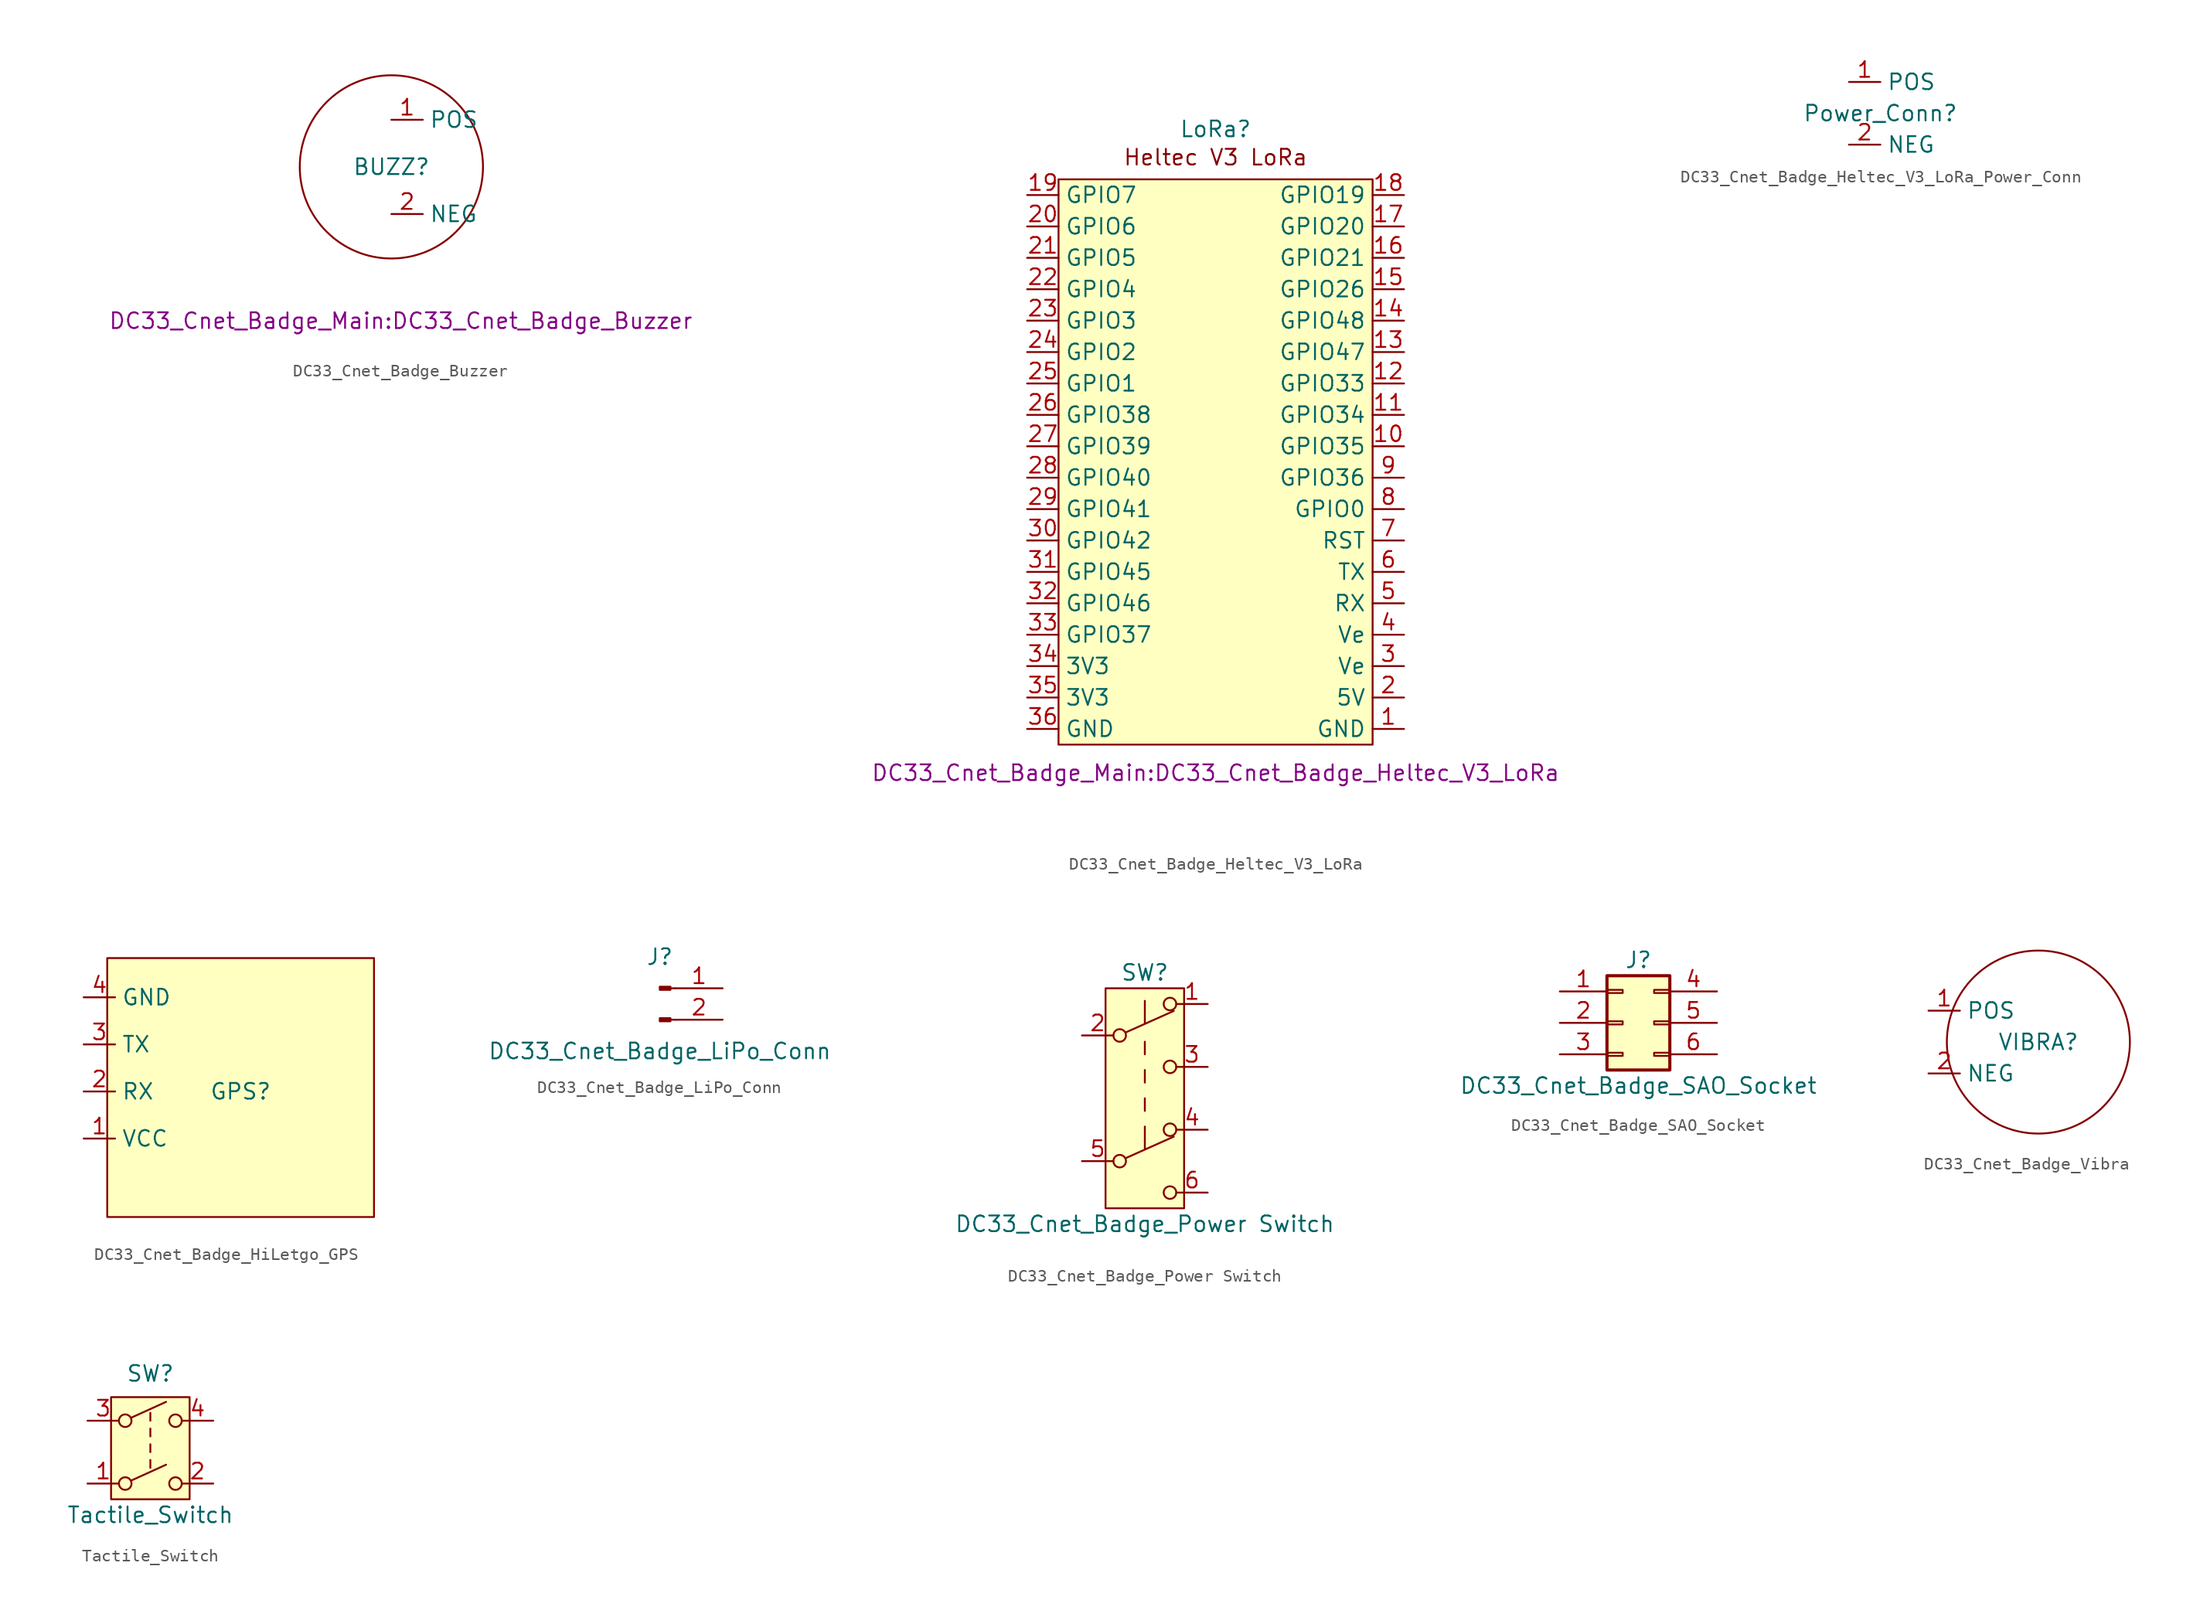
<source format=kicad_sym>
(kicad_symbol_lib
  (version 20241209)
  (generator "kicad_symbol_editor")
  (generator_version "9.0")
  (symbol "DC33_Cnet_Badge_Buzzer"
    (property "Reference" "BUZZ"
      (at 0 0 0)
      (effects (font (size 1.27 1.27))))
    (property "Value" ""
      (at 0 0 0)
      (effects (font (size 1.27 1.27))))
    (property "Footprint" "DC33_Cnet_Badge_Main:DC33_Cnet_Badge_Buzzer"
      (at 0.762 -12.446 0)
      (effects (font (size 1.27 1.27))))
    (symbol "DC33_Cnet_Badge_Buzzer_0_1"
      (circle (center 0 0) (radius 7.405) (stroke (width 0) (type default)) (fill (type none))))
    (symbol "DC33_Cnet_Badge_Buzzer_1_1"
      (pin input line (at 0 3.81 0) (length 2.54) (name "POS" (effects (font (size 1.27 1.27)))) (number "1" (effects (font (size 1.27 1.27)))))
      (pin input line (at 0 -3.81 0) (length 2.54) (name "NEG" (effects (font (size 1.27 1.27)))) (number "2" (effects (font (size 1.27 1.27)))))))
  (symbol "DC33_Cnet_Badge_Heltec_V3_LoRa"
    (property "Reference" "LoRa"
      (at 0 26.924 0)
      (effects (font (size 1.27 1.27))))
    (property "Value" ""
      (at 0 0 0)
      (effects (font (size 1.27 1.27))))
    (property "Footprint" "DC33_Cnet_Badge_Main:DC33_Cnet_Badge_Heltec_V3_LoRa"
      (at 0 -25.146 0)
      (effects (font (size 1.27 1.27))))
    (symbol "DC33_Cnet_Badge_Heltec_V3_LoRa_1_1"
      (rectangle (start -12.7 22.86) (end 12.7 -22.86) (stroke (width 0) (type default)) (fill (type background)))
      (text "Heltec V3 LoRa" (at 0 24.638 0) (effects (font (size 1.27 1.27))))
      (pin bidirectional line (at -15.24 21.59 0) (length 2.54) (name "GPIO7" (effects (font (size 1.27 1.27)))) (number "19" (effects (font (size 1.27 1.27)))))
      (pin bidirectional line (at -15.24 19.05 0) (length 2.54) (name "GPIO6" (effects (font (size 1.27 1.27)))) (number "20" (effects (font (size 1.27 1.27)))))
      (pin bidirectional line (at -15.24 16.51 0) (length 2.54) (name "GPIO5" (effects (font (size 1.27 1.27)))) (number "21" (effects (font (size 1.27 1.27)))))
      (pin bidirectional line (at -15.24 13.97 0) (length 2.54) (name "GPIO4" (effects (font (size 1.27 1.27)))) (number "22" (effects (font (size 1.27 1.27)))))
      (pin bidirectional line (at -15.24 11.43 0) (length 2.54) (name "GPIO3" (effects (font (size 1.27 1.27)))) (number "23" (effects (font (size 1.27 1.27)))))
      (pin bidirectional line (at -15.24 8.89 0) (length 2.54) (name "GPIO2" (effects (font (size 1.27 1.27)))) (number "24" (effects (font (size 1.27 1.27)))))
      (pin bidirectional line (at -15.24 6.35 0) (length 2.54) (name "GPIO1" (effects (font (size 1.27 1.27)))) (number "25" (effects (font (size 1.27 1.27)))))
      (pin bidirectional line (at -15.24 3.81 0) (length 2.54) (name "GPIO38" (effects (font (size 1.27 1.27)))) (number "26" (effects (font (size 1.27 1.27)))))
      (pin bidirectional line (at -15.24 1.27 0) (length 2.54) (name "GPIO39" (effects (font (size 1.27 1.27)))) (number "27" (effects (font (size 1.27 1.27)))))
      (pin bidirectional line (at -15.24 -1.27 0) (length 2.54) (name "GPIO40" (effects (font (size 1.27 1.27)))) (number "28" (effects (font (size 1.27 1.27)))))
      (pin bidirectional line (at -15.24 -3.81 0) (length 2.54) (name "GPIO41" (effects (font (size 1.27 1.27)))) (number "29" (effects (font (size 1.27 1.27)))))
      (pin bidirectional line (at -15.24 -6.35 0) (length 2.54) (name "GPIO42" (effects (font (size 1.27 1.27)))) (number "30" (effects (font (size 1.27 1.27)))))
      (pin bidirectional line (at -15.24 -8.89 0) (length 2.54) (name "GPIO45" (effects (font (size 1.27 1.27)))) (number "31" (effects (font (size 1.27 1.27)))))
      (pin bidirectional line (at -15.24 -11.43 0) (length 2.54) (name "GPIO46" (effects (font (size 1.27 1.27)))) (number "32" (effects (font (size 1.27 1.27)))))
      (pin bidirectional line (at -15.24 -13.97 0) (length 2.54) (name "GPIO37" (effects (font (size 1.27 1.27)))) (number "33" (effects (font (size 1.27 1.27)))))
      (pin power_in line (at -15.24 -16.51 0) (length 2.54) (name "3V3" (effects (font (size 1.27 1.27)))) (number "34" (effects (font (size 1.27 1.27)))))
      (pin power_in line (at -15.24 -19.05 0) (length 2.54) (name "3V3" (effects (font (size 1.27 1.27)))) (number "35" (effects (font (size 1.27 1.27)))))
      (pin power_in line (at -15.24 -21.59 0) (length 2.54) (name "GND" (effects (font (size 1.27 1.27)))) (number "36" (effects (font (size 1.27 1.27)))))
      (pin bidirectional line (at 15.24 21.59 180) (length 2.54) (name "GPIO19" (effects (font (size 1.27 1.27)))) (number "18" (effects (font (size 1.27 1.27)))))
      (pin bidirectional line (at 15.24 19.05 180) (length 2.54) (name "GPIO20" (effects (font (size 1.27 1.27)))) (number "17" (effects (font (size 1.27 1.27)))))
      (pin bidirectional line (at 15.24 16.51 180) (length 2.54) (name "GPIO21" (effects (font (size 1.27 1.27)))) (number "16" (effects (font (size 1.27 1.27)))))
      (pin bidirectional line (at 15.24 13.97 180) (length 2.54) (name "GPIO26" (effects (font (size 1.27 1.27)))) (number "15" (effects (font (size 1.27 1.27)))))
      (pin bidirectional line (at 15.24 11.43 180) (length 2.54) (name "GPIO48" (effects (font (size 1.27 1.27)))) (number "14" (effects (font (size 1.27 1.27)))))
      (pin bidirectional line (at 15.24 8.89 180) (length 2.54) (name "GPIO47" (effects (font (size 1.27 1.27)))) (number "13" (effects (font (size 1.27 1.27)))))
      (pin bidirectional line (at 15.24 6.35 180) (length 2.54) (name "GPIO33" (effects (font (size 1.27 1.27)))) (number "12" (effects (font (size 1.27 1.27)))))
      (pin bidirectional line (at 15.24 3.81 180) (length 2.54) (name "GPIO34" (effects (font (size 1.27 1.27)))) (number "11" (effects (font (size 1.27 1.27)))))
      (pin bidirectional line (at 15.24 1.27 180) (length 2.54) (name "GPIO35" (effects (font (size 1.27 1.27)))) (number "10" (effects (font (size 1.27 1.27)))))
      (pin bidirectional line (at 15.24 -1.27 180) (length 2.54) (name "GPIO36" (effects (font (size 1.27 1.27)))) (number "9" (effects (font (size 1.27 1.27)))))
      (pin bidirectional line (at 15.24 -3.81 180) (length 2.54) (name "GPIO0" (effects (font (size 1.27 1.27)))) (number "8" (effects (font (size 1.27 1.27)))))
      (pin input line (at 15.24 -6.35 180) (length 2.54) (name "RST" (effects (font (size 1.27 1.27)))) (number "7" (effects (font (size 1.27 1.27)))))
      (pin output line (at 15.24 -8.89 180) (length 2.54) (name "TX" (effects (font (size 1.27 1.27)))) (number "6" (effects (font (size 1.27 1.27)))))
      (pin input line (at 15.24 -11.43 180) (length 2.54) (name "RX" (effects (font (size 1.27 1.27)))) (number "5" (effects (font (size 1.27 1.27)))))
      (pin power_in line (at 15.24 -13.97 180) (length 2.54) (name "Ve" (effects (font (size 1.27 1.27)))) (number "4" (effects (font (size 1.27 1.27)))))
      (pin power_in line (at 15.24 -16.51 180) (length 2.54) (name "Ve" (effects (font (size 1.27 1.27)))) (number "3" (effects (font (size 1.27 1.27)))))
      (pin power_in line (at 15.24 -19.05 180) (length 2.54) (name "5V" (effects (font (size 1.27 1.27)))) (number "2" (effects (font (size 1.27 1.27)))))
      (pin power_in line (at 15.24 -21.59 180) (length 2.54) (name "GND" (effects (font (size 1.27 1.27)))) (number "1" (effects (font (size 1.27 1.27)))))))
  (symbol "DC33_Cnet_Badge_Heltec_V3_LoRa_Power_Conn"
    (property "Reference" "Power_Conn"
      (at 0 0 0)
      (effects (font (size 1.27 1.27))))
    (property "Value" ""
      (at 0 0 0)
      (effects (font (size 1.27 1.27))))
    (symbol "DC33_Cnet_Badge_Heltec_V3_LoRa_Power_Conn_1_1"
      (pin input line (at -2.54 2.54 0) (length 2.54) (name "POS" (effects (font (size 1.27 1.27)))) (number "1" (effects (font (size 1.27 1.27)))))
      (pin input line (at -2.54 -2.54 0) (length 2.54) (name "NEG" (effects (font (size 1.27 1.27)))) (number "2" (effects (font (size 1.27 1.27)))))))
  (symbol "DC33_Cnet_Badge_HiLetgo_GPS"
    (property "Reference" "GPS"
      (at 0 0 0)
      (effects (font (size 1.27 1.27))))
    (property "Value" ""
      (at 0 0 0)
      (effects (font (size 1.27 1.27))))
    (symbol "DC33_Cnet_Badge_HiLetgo_GPS_1_1"
      (rectangle (start -10.795 10.795) (end 10.795 -10.16) (stroke (width 0) (type default)) (fill (type background)))
      (pin power_in line (at -12.7 7.62 0) (length 2.54) (name "GND" (effects (font (size 1.27 1.27)))) (number "4" (effects (font (size 1.27 1.27)))))
      (pin output line (at -12.7 3.81 0) (length 2.54) (name "TX" (effects (font (size 1.27 1.27)))) (number "3" (effects (font (size 1.27 1.27)))))
      (pin input line (at -12.7 0 0) (length 2.54) (name "RX" (effects (font (size 1.27 1.27)))) (number "2" (effects (font (size 1.27 1.27)))))
      (pin power_in line (at -12.7 -3.81 0) (length 2.54) (name "VCC" (effects (font (size 1.27 1.27)))) (number "1" (effects (font (size 1.27 1.27)))))))
  (symbol "DC33_Cnet_Badge_LiPo_Conn"
    (pin_names
      (offset 1.016)
      (hide yes))
    (property "Reference" "J"
      (at 0 2.54 0)
      (effects (font (size 1.27 1.27))))
    (property "Value" "DC33_Cnet_Badge_LiPo_Conn"
      (at 0 -5.08 0)
      (effects (font (size 1.27 1.27))))
    (symbol "DC33_Cnet_Badge_LiPo_Conn_1_1"
      (rectangle (start 0.864 0.127) (end 0 -0.127) (stroke (width 0.152) (type default)) (fill (type outline)))
      (rectangle (start 0.864 -2.413) (end 0 -2.667) (stroke (width 0.152) (type default)) (fill (type outline)))
      (polyline (pts (xy 1.27 0) (xy 0.864 0)) (stroke (width 0.152) (type default)) (fill (type none)))
      (polyline (pts (xy 1.27 -2.54) (xy 0.864 -2.54)) (stroke (width 0.152) (type default)) (fill (type none)))
      (pin passive line (at 5.08 0 180) (length 3.81) (name "Pin_1" (effects (font (size 1.27 1.27)))) (number "1" (effects (font (size 1.27 1.27)))))
      (pin passive line (at 5.08 -2.54 180) (length 3.81) (name "Pin_2" (effects (font (size 1.27 1.27)))) (number "2" (effects (font (size 1.27 1.27)))))))
  (symbol "DC33_Cnet_Badge_Power Switch"
    (pin_names
      (offset 0)
      (hide yes))
    (property "Reference" "SW"
      (at 0 10.16 0)
      (effects (font (size 1.27 1.27))))
    (property "Value" "DC33_Cnet_Badge_Power Switch"
      (at 0 -10.16 0)
      (effects (font (size 1.27 1.27))))
    (symbol "DC33_Cnet_Badge_Power Switch_0_0"
      (circle (center -2.032 5.08) (radius 0.508) (stroke (width 0) (type default)) (fill (type none)))
      (circle (center -2.032 -5.08) (radius 0.508) (stroke (width 0) (type default)) (fill (type none)))
      (circle (center 2.032 2.54) (radius 0.508) (stroke (width 0) (type default)) (fill (type none)))
      (circle (center 2.032 -7.62) (radius 0.508) (stroke (width 0) (type default)) (fill (type none))))
    (symbol "DC33_Cnet_Badge_Power Switch_0_1"
      (polyline (pts (xy -1.524 5.334) (xy 2.337 7.061)) (stroke (width 0) (type default)) (fill (type none)))
      (polyline (pts (xy -1.524 -4.826) (xy 2.337 -3.099)) (stroke (width 0) (type default)) (fill (type none)))
      (polyline (pts (xy 0 7.874) (xy 0 6.096)) (stroke (width 0) (type default)) (fill (type none)))
      (polyline (pts (xy 0 3.556) (xy 0 4.572)) (stroke (width 0) (type default)) (fill (type none)))
      (polyline (pts (xy 0 1.27) (xy 0 2.286)) (stroke (width 0) (type default)) (fill (type none)))
      (polyline (pts (xy 0 -1.016) (xy 0 0)) (stroke (width 0) (type default)) (fill (type none)))
      (polyline (pts (xy 0 -2.286) (xy 0 -4.064)) (stroke (width 0) (type default)) (fill (type none)))
      (circle (center 2.032 7.62) (radius 0.508) (stroke (width 0) (type default)) (fill (type none)))
      (circle (center 2.032 -2.54) (radius 0.508) (stroke (width 0) (type default)) (fill (type none))))
    (symbol "DC33_Cnet_Badge_Power Switch_1_1"
      (rectangle (start -3.175 8.89) (end 3.175 -8.89) (stroke (width 0) (type default)) (fill (type background)))
      (pin passive line (at -5.08 5.08 0) (length 2.54) (name "B" (effects (font (size 1.27 1.27)))) (number "2" (effects (font (size 1.27 1.27)))))
      (pin passive line (at -5.08 -5.08 0) (length 2.54) (name "B" (effects (font (size 1.27 1.27)))) (number "5" (effects (font (size 1.27 1.27)))))
      (pin passive line (at 5.08 7.62 180) (length 2.54) (name "A" (effects (font (size 1.27 1.27)))) (number "1" (effects (font (size 1.27 1.27)))))
      (pin passive line (at 5.08 2.54 180) (length 2.54) (name "C" (effects (font (size 1.27 1.27)))) (number "3" (effects (font (size 1.27 1.27)))))
      (pin passive line (at 5.08 -2.54 180) (length 2.54) (name "A" (effects (font (size 1.27 1.27)))) (number "4" (effects (font (size 1.27 1.27)))))
      (pin passive line (at 5.08 -7.62 180) (length 2.54) (name "C" (effects (font (size 1.27 1.27)))) (number "6" (effects (font (size 1.27 1.27)))))))
  (symbol "DC33_Cnet_Badge_SAO_Socket"
    (pin_names
      (offset 1.016)
      (hide yes))
    (property "Reference" "J"
      (at 1.27 5.08 0)
      (effects (font (size 1.27 1.27))))
    (property "Value" "DC33_Cnet_Badge_SAO_Socket"
      (at 1.27 -5.08 0)
      (effects (font (size 1.27 1.27))))
    (symbol "DC33_Cnet_Badge_SAO_Socket_1_1"
      (rectangle (start -1.27 3.81) (end 3.81 -3.81) (stroke (width 0.254) (type default)) (fill (type background)))
      (rectangle (start -1.27 2.667) (end 0 2.413) (stroke (width 0.152) (type default)) (fill (type none)))
      (rectangle (start -1.27 0.127) (end 0 -0.127) (stroke (width 0.152) (type default)) (fill (type none)))
      (rectangle (start -1.27 -2.413) (end 0 -2.667) (stroke (width 0.152) (type default)) (fill (type none)))
      (rectangle (start 3.81 2.667) (end 2.54 2.413) (stroke (width 0.152) (type default)) (fill (type none)))
      (rectangle (start 3.81 0.127) (end 2.54 -0.127) (stroke (width 0.152) (type default)) (fill (type none)))
      (rectangle (start 3.81 -2.413) (end 2.54 -2.667) (stroke (width 0.152) (type default)) (fill (type none)))
      (pin power_in line (at -5.08 2.54 0) (length 3.81) (name "+3.3V" (effects (font (size 1.27 1.27)))) (number "1" (effects (font (size 1.27 1.27)))))
      (pin power_in line (at -5.08 0 0) (length 3.81) (name "GND" (effects (font (size 1.27 1.27)))) (number "2" (effects (font (size 1.27 1.27)))))
      (pin bidirectional line (at -5.08 -2.54 0) (length 3.81) (name "SDA" (effects (font (size 1.27 1.27)))) (number "3" (effects (font (size 1.27 1.27)))))
      (pin bidirectional line (at 7.62 2.54 180) (length 3.81) (name "SCL" (effects (font (size 1.27 1.27)))) (number "4" (effects (font (size 1.27 1.27)))))
      (pin bidirectional line (at 7.62 0 180) (length 3.81) (name "GPIO1" (effects (font (size 1.27 1.27)))) (number "5" (effects (font (size 1.27 1.27)))))
      (pin bidirectional line (at 7.62 -2.54 180) (length 3.81) (name "GPIO2" (effects (font (size 1.27 1.27)))) (number "6" (effects (font (size 1.27 1.27)))))))
  (symbol "DC33_Cnet_Badge_Vibra"
    (property "Reference" "VIBRA"
      (at 0 0 0)
      (effects (font (size 1.27 1.27))))
    (property "Value" ""
      (at 0 0 0)
      (effects (font (size 1.27 1.27))))
    (symbol "DC33_Cnet_Badge_Vibra_0_1"
      (circle (center 0 0) (radius 7.405) (stroke (width 0) (type default)) (fill (type none))))
    (symbol "DC33_Cnet_Badge_Vibra_1_1"
      (pin input line (at -8.89 2.54 0) (length 2.54) (name "POS" (effects (font (size 1.27 1.27)))) (number "1" (effects (font (size 1.27 1.27)))))
      (pin input line (at -8.89 -2.54 0) (length 2.54) (name "NEG" (effects (font (size 1.27 1.27)))) (number "2" (effects (font (size 1.27 1.27)))))))
  (symbol "Tactile_Switch"
    (pin_names
      (offset 0)
      (hide yes))
    (property "Reference" "SW"
      (at 0 6.35 0)
      (effects (font (size 1.27 1.27))))
    (property "Value" "Tactile_Switch"
      (at 0 -5.08 0)
      (effects (font (size 1.27 1.27))))
    (symbol "Tactile_Switch_0_0"
      (circle (center -2.032 2.54) (radius 0.508) (stroke (width 0) (type default)) (fill (type none)))
      (circle (center -2.032 -2.54) (radius 0.508) (stroke (width 0) (type default)) (fill (type none)))
      (polyline (pts (xy -1.524 2.794) (xy 1.27 4.064)) (stroke (width 0) (type default)) (fill (type none)))
      (polyline (pts (xy -1.524 -2.286) (xy 1.27 -1.016)) (stroke (width 0) (type default)) (fill (type none)))
      (polyline (pts (xy 0 2.54) (xy 0 3.175)) (stroke (width 0) (type default)) (fill (type none)))
      (polyline (pts (xy 0 1.27) (xy 0 1.905)) (stroke (width 0) (type default)) (fill (type none)))
      (polyline (pts (xy 0 0) (xy 0 0.635)) (stroke (width 0) (type default)) (fill (type none)))
      (polyline (pts (xy 0 -1.27) (xy 0 -0.635)) (stroke (width 0) (type default)) (fill (type none)))
      (circle (center 2.032 2.54) (radius 0.508) (stroke (width 0) (type default)) (fill (type none)))
      (circle (center 2.032 -2.54) (radius 0.508) (stroke (width 0) (type default)) (fill (type none))))
    (symbol "Tactile_Switch_1_1"
      (rectangle (start -3.175 4.445) (end 3.175 -3.81) (stroke (width 0) (type default)) (fill (type background)))
      (pin passive line (at -5.08 2.54 0) (length 2.54) (name "3" (effects (font (size 1.27 1.27)))) (number "3" (effects (font (size 1.27 1.27)))))
      (pin passive line (at -5.08 -2.54 0) (length 2.54) (name "1" (effects (font (size 1.27 1.27)))) (number "1" (effects (font (size 1.27 1.27)))))
      (pin passive line (at 5.08 2.54 180) (length 2.54) (name "4" (effects (font (size 1.27 1.27)))) (number "4" (effects (font (size 1.27 1.27)))))
      (pin passive line (at 5.08 -2.54 180) (length 2.54) (name "2" (effects (font (size 1.27 1.27)))) (number "2" (effects (font (size 1.27 1.27))))))))
</source>
